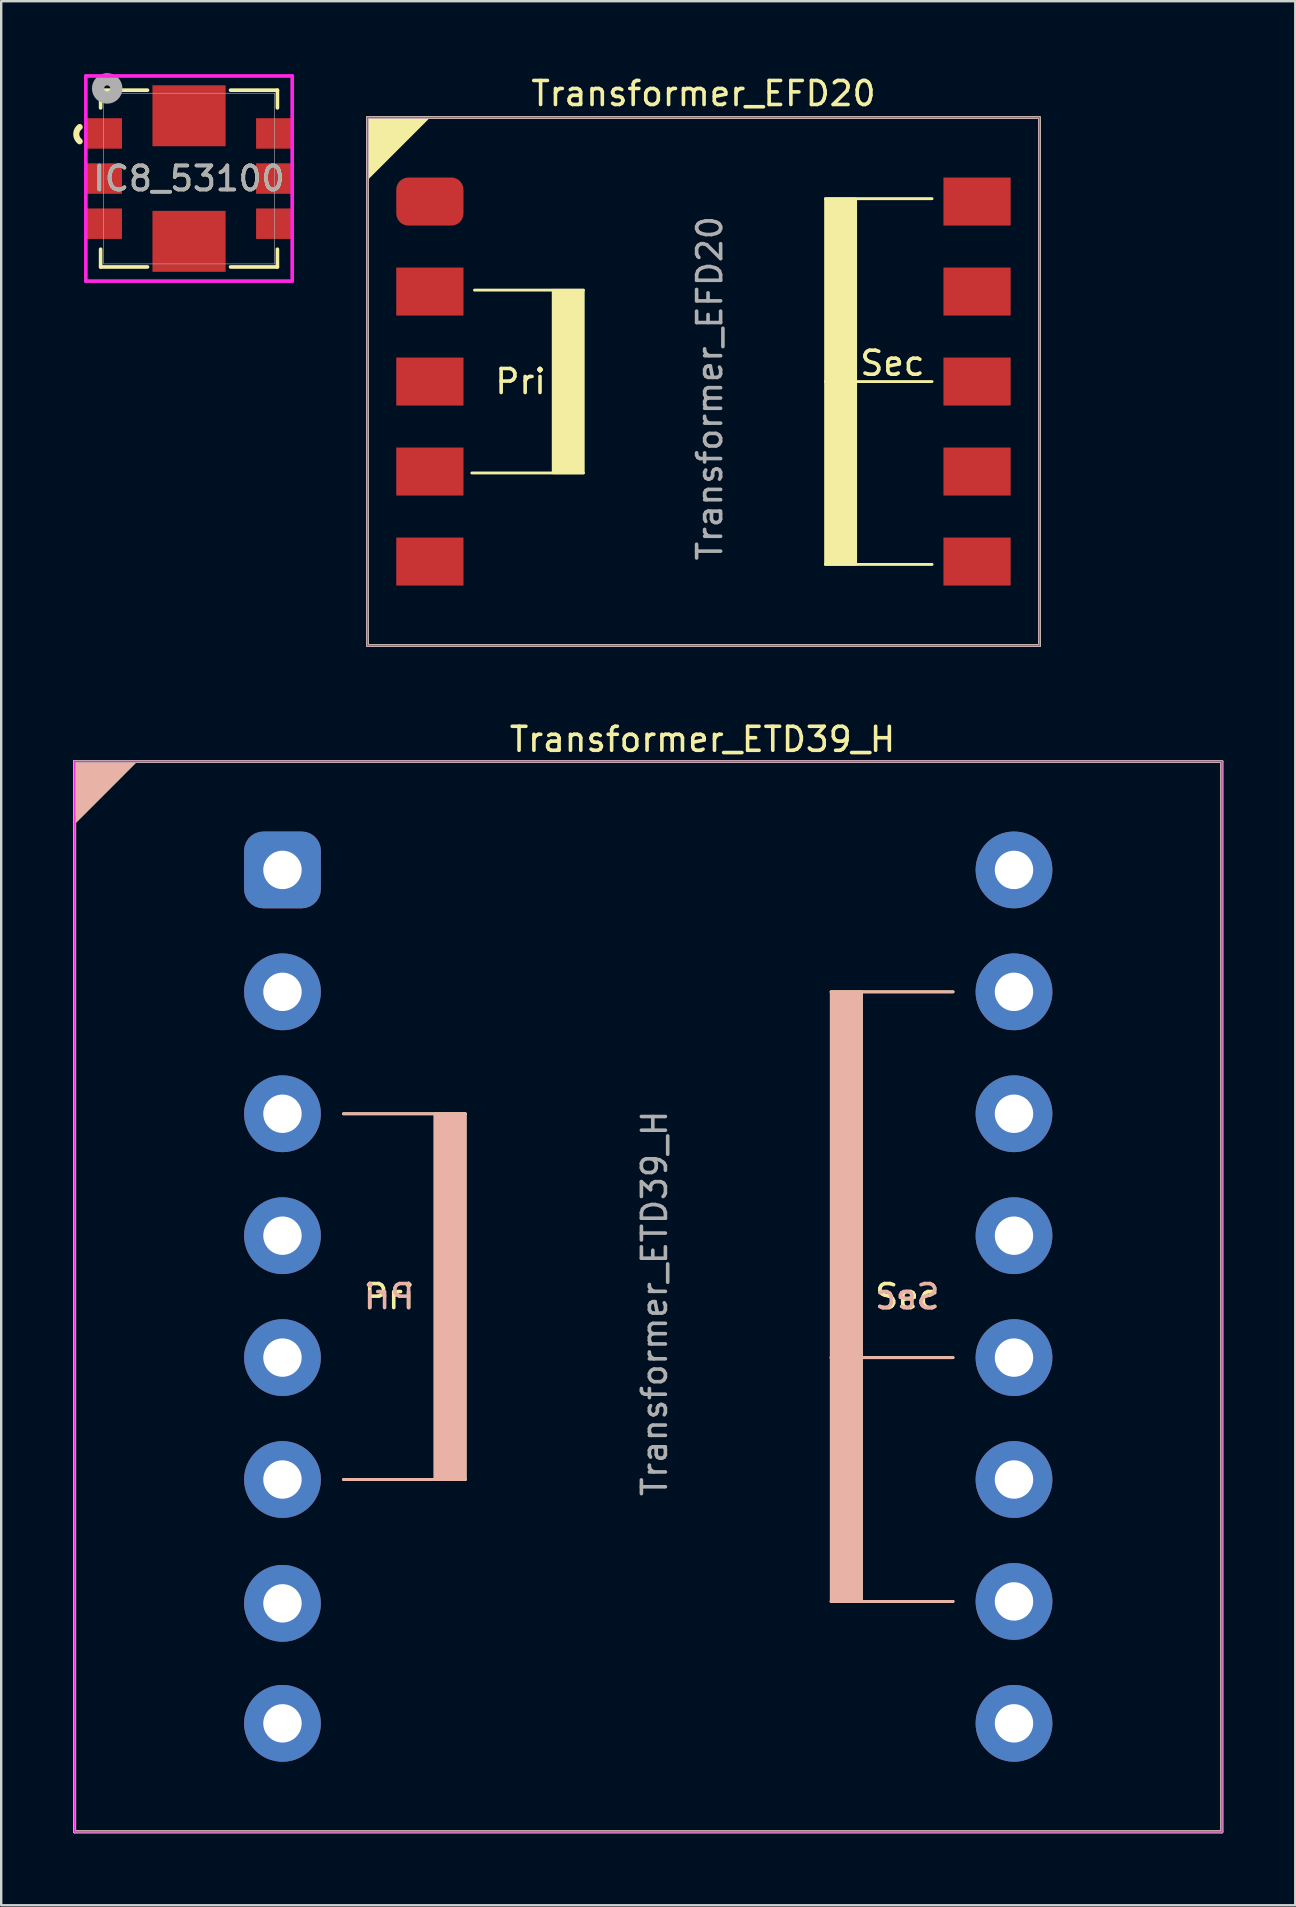
<source format=kicad_pcb>
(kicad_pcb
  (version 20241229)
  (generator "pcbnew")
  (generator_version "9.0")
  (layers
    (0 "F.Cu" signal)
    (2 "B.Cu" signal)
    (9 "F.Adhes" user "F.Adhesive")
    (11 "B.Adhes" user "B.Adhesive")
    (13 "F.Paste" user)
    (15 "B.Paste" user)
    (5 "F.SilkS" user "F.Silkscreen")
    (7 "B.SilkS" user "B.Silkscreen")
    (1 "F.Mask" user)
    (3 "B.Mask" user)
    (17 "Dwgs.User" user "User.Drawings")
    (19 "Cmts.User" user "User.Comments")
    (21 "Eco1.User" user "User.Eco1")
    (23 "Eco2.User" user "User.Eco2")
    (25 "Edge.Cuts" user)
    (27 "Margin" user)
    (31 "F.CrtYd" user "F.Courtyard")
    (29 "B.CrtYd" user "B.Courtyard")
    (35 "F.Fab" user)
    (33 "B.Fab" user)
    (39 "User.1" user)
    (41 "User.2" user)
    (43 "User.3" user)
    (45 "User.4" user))
  (footprint "Transformer_EFD20"
    (layer "F.Cu")
    (at 26.261 12.848)
    (property "Reference" "Transformer_EFD20" (at 0 -12 0) (layer "F.SilkS") (effects (font (size 1 1) (thickness 0.15))))
    (attr smd)
    (fp_line (start -14 -11) (end -14 11) (stroke (width 0.12) (type solid)) (layer "F.SilkS"))
    (fp_line (start -14 -11) (end 14 -11) (stroke (width 0.12) (type solid)) (layer "F.SilkS"))
    (fp_line (start -9.54 -3.81) (end -5 -3.81) (stroke (width 0.12) (type solid)) (layer "F.SilkS"))
    (fp_line (start -5 3.81) (end -9.652 3.81) (stroke (width 0.12) (type solid)) (layer "F.SilkS"))
    (fp_line (start 5.08 -7.62) (end 9.525 -7.62) (stroke (width 0.12) (type solid)) (layer "F.SilkS"))
    (fp_line (start 5.08 0) (end 9.525 0) (stroke (width 0.12) (type solid)) (layer "F.SilkS"))
    (fp_line (start 5.08 7.62) (end 9.525 7.62) (stroke (width 0.12) (type solid)) (layer "F.SilkS"))
    (fp_line (start 14 11) (end -14 11) (stroke (width 0.12) (type solid)) (layer "F.SilkS"))
    (fp_line (start 14 11) (end 14 -11) (stroke (width 0.12) (type solid)) (layer "F.SilkS"))
    (fp_poly (pts (xy -14 -8.46) (xy -14 -11) (xy -11.46 -11)) (stroke (width 0.1) (type solid)) (fill yes) (layer "F.SilkS"))
    (fp_poly (pts (xy -5 3.81) (xy -6.27 3.81) (xy -6.27 -3.81) (xy -5 -3.81)) (stroke (width 0.1) (type solid)) (fill yes) (layer "F.SilkS"))
    (fp_poly (pts (xy 6.35 7.62) (xy 5.08 7.62) (xy 5.08 -7.62) (xy 6.35 -7.62)) (stroke (width 0.1) (type solid)) (fill yes) (layer "F.SilkS"))
    (fp_line (start -14 -11) (end -14 11) (stroke (width 0.05) (type solid)) (layer "F.CrtYd"))
    (fp_line (start -14 -11) (end 14 -11) (stroke (width 0.05) (type solid)) (layer "F.CrtYd"))
    (fp_line (start 14 11) (end -14 11) (stroke (width 0.05) (type solid)) (layer "F.CrtYd"))
    (fp_line (start 14 11) (end 14 -11) (stroke (width 0.05) (type solid)) (layer "F.CrtYd"))
    (fp_line (start -14 -11) (end -14 11) (stroke (width 0.1) (type solid)) (layer "F.Fab"))
    (fp_line (start -14 11) (end 14 11) (stroke (width 0.1) (type solid)) (layer "F.Fab"))
    (fp_line (start 14 -11) (end -14 -11) (stroke (width 0.1) (type solid)) (layer "F.Fab"))
    (fp_line (start 14 11) (end 14 -11) (stroke (width 0.1) (type solid)) (layer "F.Fab"))
    (fp_text user "Pri" (at -7.62 0 0) (layer "F.SilkS") (effects (font (size 1 1) (thickness 0.15))))
    (fp_text user "Sec" (at 7.874 -0.762 0) (layer "F.SilkS") (effects (font (size 1 1) (thickness 0.15))))
    (fp_text user "${REFERENCE}" (at 0.26 0.28 90) (layer "F.Fab") (effects (font (size 1 1) (thickness 0.15))))
    (pad "1" smd roundrect (at -11.4 -7.5) (size 2.8 2) (layers "F.Cu" "F.Mask" "F.Paste") (roundrect_rratio 0.25))
    (pad "2" smd rect (at -11.4 -3.75) (size 2.8 2) (layers "F.Cu" "F.Mask" "F.Paste"))
    (pad "3" smd rect (at -11.4 0) (size 2.8 2) (layers "F.Cu" "F.Mask" "F.Paste"))
    (pad "4" smd rect (at -11.4 3.75) (size 2.8 2) (layers "F.Cu" "F.Mask" "F.Paste"))
    (pad "5" smd rect (at -11.4 7.5) (size 2.8 2) (layers "F.Cu" "F.Mask" "F.Paste"))
    (pad "6" smd rect (at 11.4 7.5) (size 2.8 2) (layers "F.Cu" "F.Mask" "F.Paste"))
    (pad "7" smd rect (at 11.4 3.75) (size 2.8 2) (layers "F.Cu" "F.Mask" "F.Paste"))
    (pad "8" smd rect (at 11.4 0) (size 2.8 2) (layers "F.Cu" "F.Mask" "F.Paste"))
    (pad "9" smd rect (at 11.4 -3.75) (size 2.8 2) (layers "F.Cu" "F.Mask" "F.Paste"))
    (pad "10" smd rect (at 11.4 -7.5) (size 2.8 2) (layers "F.Cu" "F.Mask" "F.Paste")))
  (footprint "Transformer_ETD39_H"
    (layer "F.Cu")
    (at 8.72 68.757)
    (property "Reference" "Transformer_ETD39_H" (at 17.5 -41 0) (layer "F.SilkS") (effects (font (size 1 1) (thickness 0.15))))
    (attr through_hole)
    (fp_line (start -8.66 -40.08) (end -8.66 4.52) (stroke (width 0.12) (type solid)) (layer "F.SilkS"))
    (fp_line (start -8.66 -40.08) (end 39.14 -40.08) (stroke (width 0.12) (type solid)) (layer "F.SilkS"))
    (fp_line (start 2.54 -25.4) (end 7.62 -25.4) (stroke (width 0.12) (type solid)) (layer "F.SilkS"))
    (fp_line (start 7.62 -10.16) (end 2.54 -10.16) (stroke (width 0.12) (type solid)) (layer "F.SilkS"))
    (fp_line (start 22.86 -30.48) (end 27.94 -30.48) (stroke (width 0.12) (type solid)) (layer "F.SilkS"))
    (fp_line (start 22.86 -15.24) (end 27.94 -15.24) (stroke (width 0.12) (type solid)) (layer "F.SilkS"))
    (fp_line (start 22.86 -5.08) (end 27.94 -5.08) (stroke (width 0.12) (type solid)) (layer "F.SilkS"))
    (fp_line (start 39.14 4.52) (end -8.66 4.52) (stroke (width 0.12) (type solid)) (layer "F.SilkS"))
    (fp_line (start 39.14 4.52) (end 39.14 -40.08) (stroke (width 0.12) (type solid)) (layer "F.SilkS"))
    (fp_poly (pts (xy -8.66 -37.54) (xy -8.66 -40.08) (xy -6.12 -40.08)) (stroke (width 0.1) (type solid)) (fill yes) (layer "F.SilkS"))
    (fp_poly (pts (xy 7.62 -10.16) (xy 6.35 -10.16) (xy 6.35 -25.4) (xy 7.62 -25.4)) (stroke (width 0.1) (type solid)) (fill yes) (layer "F.SilkS"))
    (fp_poly (pts (xy 24.13 -5.08) (xy 22.86 -5.08) (xy 22.86 -30.48) (xy 24.13 -30.48)) (stroke (width 0.1) (type solid)) (fill yes) (layer "F.SilkS"))
    (fp_line (start -8.66 -40.08) (end 39.14 -40.08) (stroke (width 0.12) (type solid)) (layer "B.SilkS"))
    (fp_line (start -8.66 4.52) (end -8.66 -40.08) (stroke (width 0.12) (type solid)) (layer "B.SilkS"))
    (fp_line (start 2.54 -10.16) (end 7.62 -10.16) (stroke (width 0.12) (type solid)) (layer "B.SilkS"))
    (fp_line (start 7.62 -25.4) (end 2.54 -25.4) (stroke (width 0.12) (type solid)) (layer "B.SilkS"))
    (fp_line (start 22.86 -30.48) (end 27.94 -30.48) (stroke (width 0.12) (type solid)) (layer "B.SilkS"))
    (fp_line (start 22.86 -15.24) (end 27.94 -15.24) (stroke (width 0.12) (type solid)) (layer "B.SilkS"))
    (fp_line (start 22.86 -5.08) (end 27.94 -5.08) (stroke (width 0.12) (type solid)) (layer "B.SilkS"))
    (fp_line (start 39.14 -40.08) (end 39.14 4.52) (stroke (width 0.12) (type solid)) (layer "B.SilkS"))
    (fp_line (start 39.14 4.52) (end -8.66 4.52) (stroke (width 0.12) (type solid)) (layer "B.SilkS"))
    (fp_poly (pts (xy -6.12 -40.08) (xy -8.66 -40.08) (xy -8.66 -37.54)) (stroke (width 0.1) (type solid)) (fill yes) (layer "B.SilkS"))
    (fp_poly (pts (xy 7.62 -25.4) (xy 6.35 -25.4) (xy 6.35 -10.16) (xy 7.62 -10.16)) (stroke (width 0.1) (type solid)) (fill yes) (layer "B.SilkS"))
    (fp_poly (pts (xy 24.13 -30.48) (xy 22.86 -30.48) (xy 22.86 -5.08) (xy 24.13 -5.08)) (stroke (width 0.1) (type solid)) (fill yes) (layer "B.SilkS"))
    (fp_line (start -8.66 -40.08) (end -8.66 4.52) (stroke (width 0.05) (type solid)) (layer "F.CrtYd"))
    (fp_line (start -8.66 -40.08) (end 39.14 -40.08) (stroke (width 0.05) (type solid)) (layer "F.CrtYd"))
    (fp_line (start 39.14 4.52) (end -8.66 4.52) (stroke (width 0.05) (type solid)) (layer "F.CrtYd"))
    (fp_line (start 39.14 4.52) (end 39.14 -40.08) (stroke (width 0.05) (type solid)) (layer "F.CrtYd"))
    (fp_line (start -8.66 -40.08) (end -8.66 4.52) (stroke (width 0.1) (type solid)) (layer "F.Fab"))
    (fp_line (start -8.66 4.52) (end 39.14 4.52) (stroke (width 0.1) (type solid)) (layer "F.Fab"))
    (fp_line (start 39.14 -40.08) (end -8.66 -40.08) (stroke (width 0.1) (type solid)) (layer "F.Fab"))
    (fp_line (start 39.14 4.52) (end 39.14 -40.08) (stroke (width 0.1) (type solid)) (layer "F.Fab"))
    (fp_text user "Sec" (at 26.035 -17.78 0) (layer "F.SilkS") (effects (font (size 1 1) (thickness 0.15))))
    (fp_text user "Pri" (at 4.445 -17.78 0) (layer "F.SilkS") (effects (font (size 1 1) (thickness 0.15))))
    (fp_text user "Pri" (at 4.445 -17.78 0) (layer "B.SilkS") (effects (font (size 1 1) (thickness 0.15)) (justify mirror)))
    (fp_text user "Sec" (at 26.035 -17.78 0) (layer "B.SilkS") (effects (font (size 1 1) (thickness 0.15)) (justify mirror)))
    (fp_text user "${REFERENCE}" (at 15.5 -17.5 90) (layer "F.Fab") (effects (font (size 1 1) (thickness 0.15))))
    (pad "1" thru_hole roundrect (at 0 -35.56) (size 3.2 3.2) (drill 1.6) (layers "*.Cu" "*.Mask") (roundrect_rratio 0.25))
    (pad "2" thru_hole circle (at 0 -30.48) (size 3.2 3.2) (drill 1.6) (layers "*.Cu" "*.Mask"))
    (pad "3" thru_hole circle (at 0 -25.4) (size 3.2 3.2) (drill 1.6) (layers "*.Cu" "*.Mask"))
    (pad "4" thru_hole circle (at 0 -20.32) (size 3.2 3.2) (drill 1.6) (layers "*.Cu" "*.Mask"))
    (pad "5" thru_hole circle (at 0 -15.24) (size 3.2 3.2) (drill 1.6) (layers "*.Cu" "*.Mask"))
    (pad "6" thru_hole circle (at 0 -10.16) (size 3.2 3.2) (drill 1.6) (layers "*.Cu" "*.Mask"))
    (pad "7" thru_hole circle (at 0 -5) (size 3.2 3.2) (drill 1.6) (layers "*.Cu" "*.Mask"))
    (pad "8" thru_hole circle (at 0 0) (size 3.2 3.2) (drill 1.6) (layers "*.Cu" "*.Mask"))
    (pad "9" thru_hole circle (at 30.48 0) (size 3.2 3.2) (drill 1.6) (layers "*.Cu" "*.Mask"))
    (pad "10" thru_hole circle (at 30.48 -5.08) (size 3.2 3.2) (drill 1.6) (layers "*.Cu" "*.Mask"))
    (pad "11" thru_hole circle (at 30.48 -10.16) (size 3.2 3.2) (drill 1.6) (layers "*.Cu" "*.Mask"))
    (pad "12" thru_hole circle (at 30.48 -15.24) (size 3.2 3.2) (drill 1.6) (layers "*.Cu" "*.Mask"))
    (pad "13" thru_hole circle (at 30.48 -20.32) (size 3.2 3.2) (drill 1.6) (layers "*.Cu" "*.Mask"))
    (pad "14" thru_hole circle (at 30.48 -25.4) (size 3.2 3.2) (drill 1.6) (layers "*.Cu" "*.Mask"))
    (pad "15" thru_hole circle (at 30.48 -30.48) (size 3.2 3.2) (drill 1.6) (layers "*.Cu" "*.Mask"))
    (pad "16" thru_hole circle (at 30.48 -35.56) (size 3.2 3.2) (drill 1.6) (layers "*.Cu" "*.Mask")))
  (footprint "IC8_53100"
    (layer "F.Cu")
    (at 4.826 4.39)
    (property "Reference" "IC8_53100" (at 0 0 0) (unlocked yes) (layer "F.SilkS") (effects (font (size 1 1) (thickness 0.15))))
    (attr smd)
    (fp_line (start -3.683 -3.683) (end -3.683 -2.945) (stroke (width 0.152) (type solid)) (layer "F.SilkS"))
    (fp_line (start -3.683 2.945) (end -3.683 3.683) (stroke (width 0.152) (type solid)) (layer "F.SilkS"))
    (fp_line (start -3.683 3.683) (end -1.73 3.683) (stroke (width 0.152) (type solid)) (layer "F.SilkS"))
    (fp_line (start -1.73 -3.683) (end -3.683 -3.683) (stroke (width 0.152) (type solid)) (layer "F.SilkS"))
    (fp_line (start 1.73 3.683) (end 3.683 3.683) (stroke (width 0.152) (type solid)) (layer "F.SilkS"))
    (fp_line (start 3.683 -3.683) (end 1.73 -3.683) (stroke (width 0.152) (type solid)) (layer "F.SilkS"))
    (fp_line (start 3.683 -2.945) (end 3.683 -3.683) (stroke (width 0.152) (type solid)) (layer "F.SilkS"))
    (fp_line (start 3.683 3.683) (end 3.683 2.945) (stroke (width 0.152) (type solid)) (layer "F.SilkS"))
    (fp_arc (start -4.555541 -1.552116) (mid -4.699 -1.85) (end -4.555541 -2.147885) (stroke (width 0.254) (type solid)) (layer "F.SilkS"))
    (fp_line (start -4.299 -4.274) (end -4.299 4.273) (stroke (width 0.152) (type solid)) (layer "F.CrtYd"))
    (fp_line (start -4.299 4.273) (end 4.299 4.273) (stroke (width 0.152) (type solid)) (layer "F.CrtYd"))
    (fp_line (start 4.299 -4.274) (end -4.299 -4.274) (stroke (width 0.152) (type solid)) (layer "F.CrtYd"))
    (fp_line (start 4.299 4.273) (end 4.299 -4.274) (stroke (width 0.152) (type solid)) (layer "F.CrtYd"))
    (fp_line (start -3.556 -3.556) (end -3.556 3.556) (stroke (width 0.025) (type solid)) (layer "F.Fab"))
    (fp_line (start -3.556 3.556) (end 3.556 3.556) (stroke (width 0.025) (type solid)) (layer "F.Fab"))
    (fp_line (start 3.556 -3.556) (end -3.556 -3.556) (stroke (width 0.025) (type solid)) (layer "F.Fab"))
    (fp_line (start 3.556 3.556) (end 3.556 -3.556) (stroke (width 0.025) (type solid)) (layer "F.Fab"))
    (fp_circle (center -3.41 -3.755) (end -3.029 -3.755) (stroke (width 0.508) (type solid)) (fill no) (layer "F.Fab"))
    (fp_text user "${REFERENCE}" (at 0 0 0) (unlocked yes) (layer "F.Fab") (effects (font (size 1 1) (thickness 0.15))))
    (pad "1" smd rect (at -3.556 -1.88) (size 1.524 1.27) (layers "F.Cu" "F.Mask" "F.Paste"))
    (pad "2" smd rect (at -3.556 0) (size 1.524 1.27) (layers "F.Cu" "F.Mask" "F.Paste"))
    (pad "3" smd rect (at -3.556 1.88) (size 1.524 1.27) (layers "F.Cu" "F.Mask" "F.Paste"))
    (pad "4" smd rect (at 3.556 1.88) (size 1.524 1.27) (layers "F.Cu" "F.Mask" "F.Paste"))
    (pad "5" smd rect (at 3.556 0) (size 1.524 1.27) (layers "F.Cu" "F.Mask" "F.Paste"))
    (pad "6" smd rect (at 3.556 -1.88) (size 1.524 1.27) (layers "F.Cu" "F.Mask" "F.Paste"))
    (pad "7" smd rect (at 0 2.616) (size 3.048 2.54) (layers "F.Cu" "F.Mask" "F.Paste"))
    (pad "8" smd rect (at 0 -2.616) (size 3.048 2.54) (layers "F.Cu" "F.Mask" "F.Paste")))
  (gr_rect
    (start -3 -3)
    (end 50.92 76.337)
    (stroke (width 0.1) (type default))
    (fill no)
    (layer "Edge.Cuts")))
</source>
